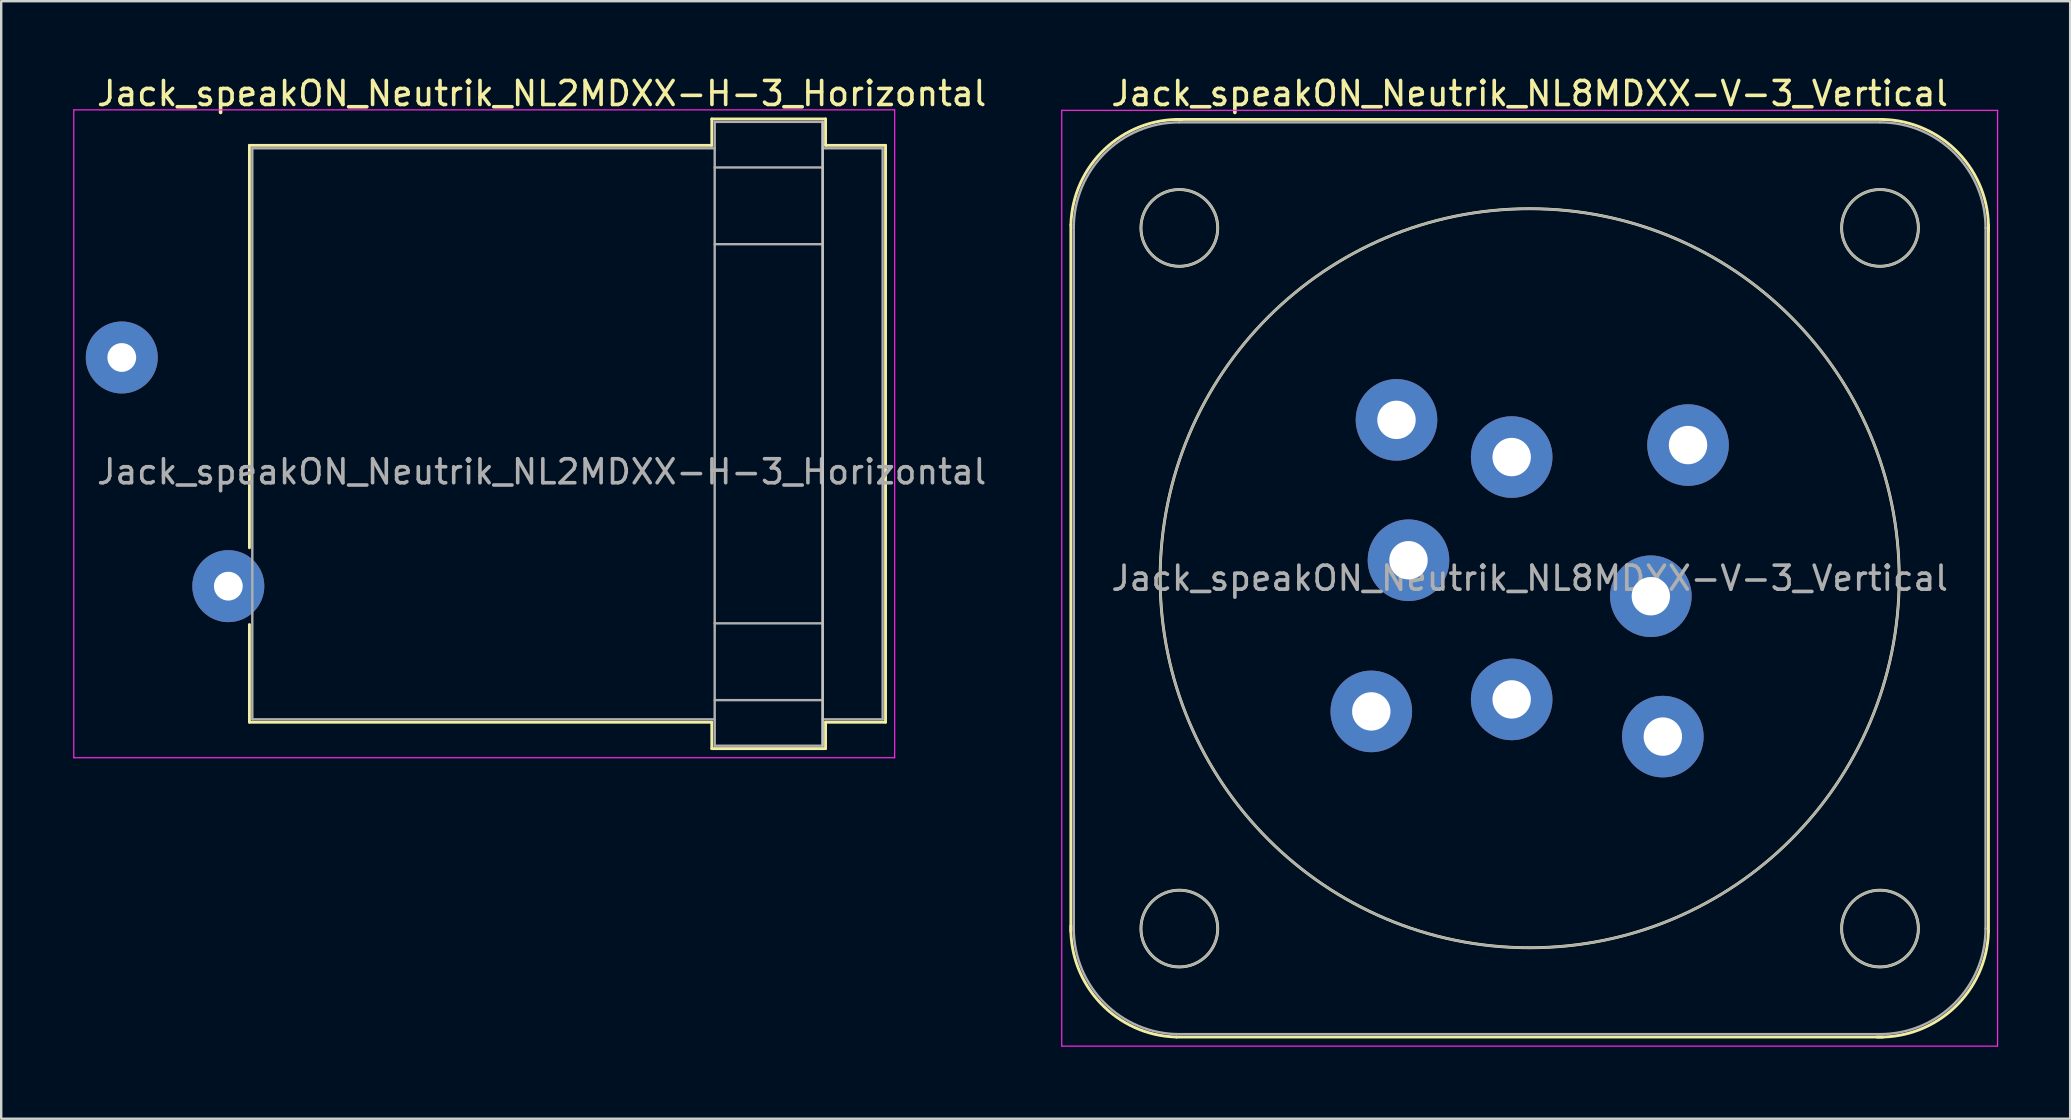
<source format=kicad_pcb>
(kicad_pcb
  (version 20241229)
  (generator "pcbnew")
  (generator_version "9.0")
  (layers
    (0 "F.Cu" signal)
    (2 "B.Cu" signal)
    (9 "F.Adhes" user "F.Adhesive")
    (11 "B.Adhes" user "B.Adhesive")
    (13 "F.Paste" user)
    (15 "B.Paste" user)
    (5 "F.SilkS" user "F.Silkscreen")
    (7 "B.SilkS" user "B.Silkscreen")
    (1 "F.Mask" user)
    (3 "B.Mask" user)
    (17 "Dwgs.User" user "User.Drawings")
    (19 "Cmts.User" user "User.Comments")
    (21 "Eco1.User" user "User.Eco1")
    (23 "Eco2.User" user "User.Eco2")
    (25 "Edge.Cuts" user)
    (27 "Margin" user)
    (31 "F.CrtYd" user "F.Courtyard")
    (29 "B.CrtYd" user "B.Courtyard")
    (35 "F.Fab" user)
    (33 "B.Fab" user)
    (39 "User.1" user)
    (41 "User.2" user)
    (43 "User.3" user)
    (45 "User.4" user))
  (footprint "Jack_speakON_Neutrik_NL8MDXX-V-3_Vertical"
    (layer "F.Cu")
    (at 59.949 15.998)
    (property "Reference" "Jack_speakON_Neutrik_NL8MDXX-V-3_Vertical" (at 0.75 -15.15 0) (layer "F.SilkS") (effects (font (size 1 1) (thickness 0.15))))
    (attr through_hole)
    (fp_line (start -18.37 19.77) (end -18.37 -9.67) (stroke (width 0.12) (type solid)) (layer "F.SilkS"))
    (fp_line (start -13.97 -14.07) (end 15.47 -14.07) (stroke (width 0.12) (type solid)) (layer "F.SilkS"))
    (fp_line (start -13.97 24.17) (end 15.47 24.17) (stroke (width 0.12) (type solid)) (layer "F.SilkS"))
    (fp_line (start 19.87 19.77) (end 19.87 -9.67) (stroke (width 0.12) (type solid)) (layer "F.SilkS"))
    (fp_arc (start -18.37 -9.67) (mid -16.96127 -12.830975) (end -13.73 -14.07) (stroke (width 0.12) (type solid)) (layer "F.SilkS"))
    (fp_arc (start -13.97 24.17) (mid -17.130975 22.76127) (end -18.37 19.53) (stroke (width 0.12) (type solid)) (layer "F.SilkS"))
    (fp_arc (start 15.47 -14.07) (mid 18.630975 -12.66127) (end 19.87 -9.43) (stroke (width 0.12) (type solid)) (layer "F.SilkS"))
    (fp_arc (start 19.87 19.77) (mid 18.46127 22.930975) (end 15.23 24.17) (stroke (width 0.12) (type solid)) (layer "F.SilkS"))
    (fp_circle (center -13.85 -9.55) (end -12.25 -9.55) (stroke (width 0.12) (type solid)) (fill no) (layer "F.SilkS"))
    (fp_circle (center -13.85 19.65) (end -12.25 19.65) (stroke (width 0.12) (type solid)) (fill no) (layer "F.SilkS"))
    (fp_circle (center 0.75 5.05) (end 16.15 5.05) (stroke (width 0.12) (type solid)) (fill no) (layer "F.SilkS"))
    (fp_circle (center 15.35 -9.55) (end 16.95 -9.55) (stroke (width 0.12) (type solid)) (fill no) (layer "F.SilkS"))
    (fp_circle (center 15.35 19.65) (end 16.95 19.65) (stroke (width 0.12) (type solid)) (fill no) (layer "F.SilkS"))
    (fp_line (start -18.75 -14.45) (end 20.25 -14.45) (stroke (width 0.05) (type solid)) (layer "F.CrtYd"))
    (fp_line (start -18.75 24.55) (end -18.75 -14.45) (stroke (width 0.05) (type solid)) (layer "F.CrtYd"))
    (fp_line (start -18.75 24.55) (end 20.25 24.55) (stroke (width 0.05) (type solid)) (layer "F.CrtYd"))
    (fp_line (start 20.25 24.55) (end 20.25 -14.45) (stroke (width 0.05) (type solid)) (layer "F.CrtYd"))
    (fp_line (start -18.25 19.65) (end -18.25 -9.55) (stroke (width 0.1) (type solid)) (layer "F.Fab"))
    (fp_line (start -13.85 -13.95) (end 15.35 -13.95) (stroke (width 0.1) (type solid)) (layer "F.Fab"))
    (fp_line (start -13.85 24.05) (end 15.35 24.05) (stroke (width 0.1) (type solid)) (layer "F.Fab"))
    (fp_line (start 19.75 19.65) (end 19.75 -9.55) (stroke (width 0.1) (type solid)) (layer "F.Fab"))
    (fp_arc (start -18.25 -9.55) (mid -16.96127 -12.66127) (end -13.85 -13.95) (stroke (width 0.1) (type solid)) (layer "F.Fab"))
    (fp_arc (start -13.85 24.05) (mid -16.96127 22.76127) (end -18.25 19.65) (stroke (width 0.1) (type solid)) (layer "F.Fab"))
    (fp_arc (start 15.35 -13.95) (mid 18.46127 -12.66127) (end 19.75 -9.55) (stroke (width 0.1) (type solid)) (layer "F.Fab"))
    (fp_arc (start 19.75 19.65) (mid 18.46127 22.76127) (end 15.35 24.05) (stroke (width 0.1) (type solid)) (layer "F.Fab"))
    (fp_circle (center -13.85 -9.55) (end -12.25 -9.55) (stroke (width 0.1) (type solid)) (fill no) (layer "F.Fab"))
    (fp_circle (center -13.85 19.65) (end -12.25 19.65) (stroke (width 0.1) (type solid)) (fill no) (layer "F.Fab"))
    (fp_circle (center 0.75 5.05) (end 16.15 5.05) (stroke (width 0.1) (type solid)) (fill no) (layer "F.Fab"))
    (fp_circle (center 15.35 -9.55) (end 13.75 -9.55) (stroke (width 0.1) (type solid)) (fill no) (layer "F.Fab"))
    (fp_circle (center 15.35 19.65) (end 13.75 19.65) (stroke (width 0.1) (type solid)) (fill no) (layer "F.Fab"))
    (fp_text user "${REFERENCE}" (at 0.75 5.05 0) (layer "F.Fab") (effects (font (size 1 1) (thickness 0.15))))
    (pad "1+" thru_hole circle (at 0 0) (size 3.4 3.4) (drill 1.6) (layers "*.Cu" "*.Mask"))
    (pad "1-" thru_hole circle (at -4.8 -1.55) (size 3.4 3.4) (drill 1.6) (layers "*.Cu" "*.Mask"))
    (pad "2+" thru_hole circle (at -4.3 4.3) (size 3.4 3.4) (drill 1.6) (layers "*.Cu" "*.Mask"))
    (pad "2-" thru_hole circle (at -5.85 10.6) (size 3.4 3.4) (drill 1.6) (layers "*.Cu" "*.Mask"))
    (pad "3+" thru_hole circle (at 0 10.1) (size 3.4 3.4) (drill 1.6) (layers "*.Cu" "*.Mask"))
    (pad "3-" thru_hole circle (at 6.3 11.65) (size 3.4 3.4) (drill 1.6) (layers "*.Cu" "*.Mask"))
    (pad "4+" thru_hole circle (at 5.8 5.8) (size 3.4 3.4) (drill 1.6) (layers "*.Cu" "*.Mask"))
    (pad "4-" thru_hole circle (at 7.35 -0.5) (size 3.4 3.4) (drill 1.6) (layers "*.Cu" "*.Mask")))
  (footprint "Jack_speakON_Neutrik_NL2MDXX-H-3_Horizontal"
    (layer "F.Cu")
    (at 2.025 11.848)
    (property "Reference" "Jack_speakON_Neutrik_NL2MDXX-H-3_Horizontal" (at 17.5 -11 0) (layer "F.SilkS") (effects (font (size 1 1) (thickness 0.15))))
    (attr through_hole)
    (fp_line (start 5.32 -8.84) (end 24.59 -8.84) (stroke (width 0.12) (type solid)) (layer "F.SilkS"))
    (fp_line (start 5.32 7.93) (end 5.32 -8.84) (stroke (width 0.12) (type solid)) (layer "F.SilkS"))
    (fp_line (start 5.32 15.2) (end 5.32 11.13) (stroke (width 0.12) (type solid)) (layer "F.SilkS"))
    (fp_line (start 5.32 15.2) (end 24.59 15.2) (stroke (width 0.12) (type solid)) (layer "F.SilkS"))
    (fp_line (start 24.59 -9.94) (end 24.59 -8.84) (stroke (width 0.12) (type solid)) (layer "F.SilkS"))
    (fp_line (start 24.59 -9.94) (end 29.33 -9.94) (stroke (width 0.12) (type solid)) (layer "F.SilkS"))
    (fp_line (start 24.59 16.3) (end 24.59 15.2) (stroke (width 0.12) (type solid)) (layer "F.SilkS"))
    (fp_line (start 24.59 16.3) (end 29.33 16.3) (stroke (width 0.12) (type solid)) (layer "F.SilkS"))
    (fp_line (start 29.33 -9.94) (end 29.33 -8.84) (stroke (width 0.12) (type solid)) (layer "F.SilkS"))
    (fp_line (start 29.33 16.3) (end 29.33 15.2) (stroke (width 0.12) (type solid)) (layer "F.SilkS"))
    (fp_line (start 31.83 -8.84) (end 29.33 -8.84) (stroke (width 0.12) (type solid)) (layer "F.SilkS"))
    (fp_line (start 31.83 15.2) (end 29.33 15.2) (stroke (width 0.12) (type solid)) (layer "F.SilkS"))
    (fp_line (start 31.83 15.2) (end 31.83 -8.84) (stroke (width 0.12) (type solid)) (layer "F.SilkS"))
    (fp_line (start 29.21 16.18) (end 29.21 -9.82) (stroke (width 0.1) (type solid)) (layer "Dwgs.User"))
    (fp_line (start -2 16.68) (end -2 -10.32) (stroke (width 0.05) (type solid)) (layer "F.CrtYd"))
    (fp_line (start -2 16.68) (end 32.21 16.68) (stroke (width 0.05) (type solid)) (layer "F.CrtYd"))
    (fp_line (start 32.21 -10.32) (end -2 -10.32) (stroke (width 0.05) (type solid)) (layer "F.CrtYd"))
    (fp_line (start 32.21 -10.32) (end 32.21 16.68) (stroke (width 0.05) (type solid)) (layer "F.CrtYd"))
    (fp_line (start 5.44 -8.72) (end 24.71 -8.72) (stroke (width 0.1) (type solid)) (layer "F.Fab"))
    (fp_line (start 5.44 15.08) (end 5.44 -8.72) (stroke (width 0.1) (type solid)) (layer "F.Fab"))
    (fp_line (start 5.44 15.08) (end 24.71 15.08) (stroke (width 0.1) (type solid)) (layer "F.Fab"))
    (fp_line (start 24.71 -9.82) (end 29.21 -9.82) (stroke (width 0.1) (type solid)) (layer "F.Fab"))
    (fp_line (start 24.71 -7.92) (end 29.21 -7.92) (stroke (width 0.1) (type solid)) (layer "F.Fab"))
    (fp_line (start 24.71 -4.72) (end 29.21 -4.72) (stroke (width 0.1) (type solid)) (layer "F.Fab"))
    (fp_line (start 24.71 11.08) (end 29.21 11.08) (stroke (width 0.1) (type solid)) (layer "F.Fab"))
    (fp_line (start 24.71 14.28) (end 29.21 14.28) (stroke (width 0.1) (type solid)) (layer "F.Fab"))
    (fp_line (start 24.71 16.18) (end 24.71 -9.82) (stroke (width 0.1) (type solid)) (layer "F.Fab"))
    (fp_line (start 24.71 16.18) (end 29.21 16.18) (stroke (width 0.1) (type solid)) (layer "F.Fab"))
    (fp_line (start 29.21 16.18) (end 29.21 -9.82) (stroke (width 0.1) (type solid)) (layer "F.Fab"))
    (fp_line (start 31.71 -8.72) (end 29.21 -8.72) (stroke (width 0.1) (type solid)) (layer "F.Fab"))
    (fp_line (start 31.71 15.08) (end 29.21 15.08) (stroke (width 0.1) (type solid)) (layer "F.Fab"))
    (fp_line (start 31.71 15.08) (end 31.71 -8.72) (stroke (width 0.1) (type solid)) (layer "F.Fab"))
    (fp_text user "${REFERENCE}" (at 17.5 4.765 0) (layer "F.Fab") (effects (font (size 1 1) (thickness 0.15))))
    (pad "1+" thru_hole circle (at 0 0) (size 3 3) (drill 1.2) (layers "*.Cu" "*.Mask"))
    (pad "1-" thru_hole circle (at 4.44 9.53) (size 3 3) (drill 1.2) (layers "*.Cu" "*.Mask")))
  (gr_rect
    (start -3 -3)
    (end 83.224 43.573)
    (stroke (width 0.1) (type default))
    (fill no)
    (layer "Edge.Cuts")))
</source>
